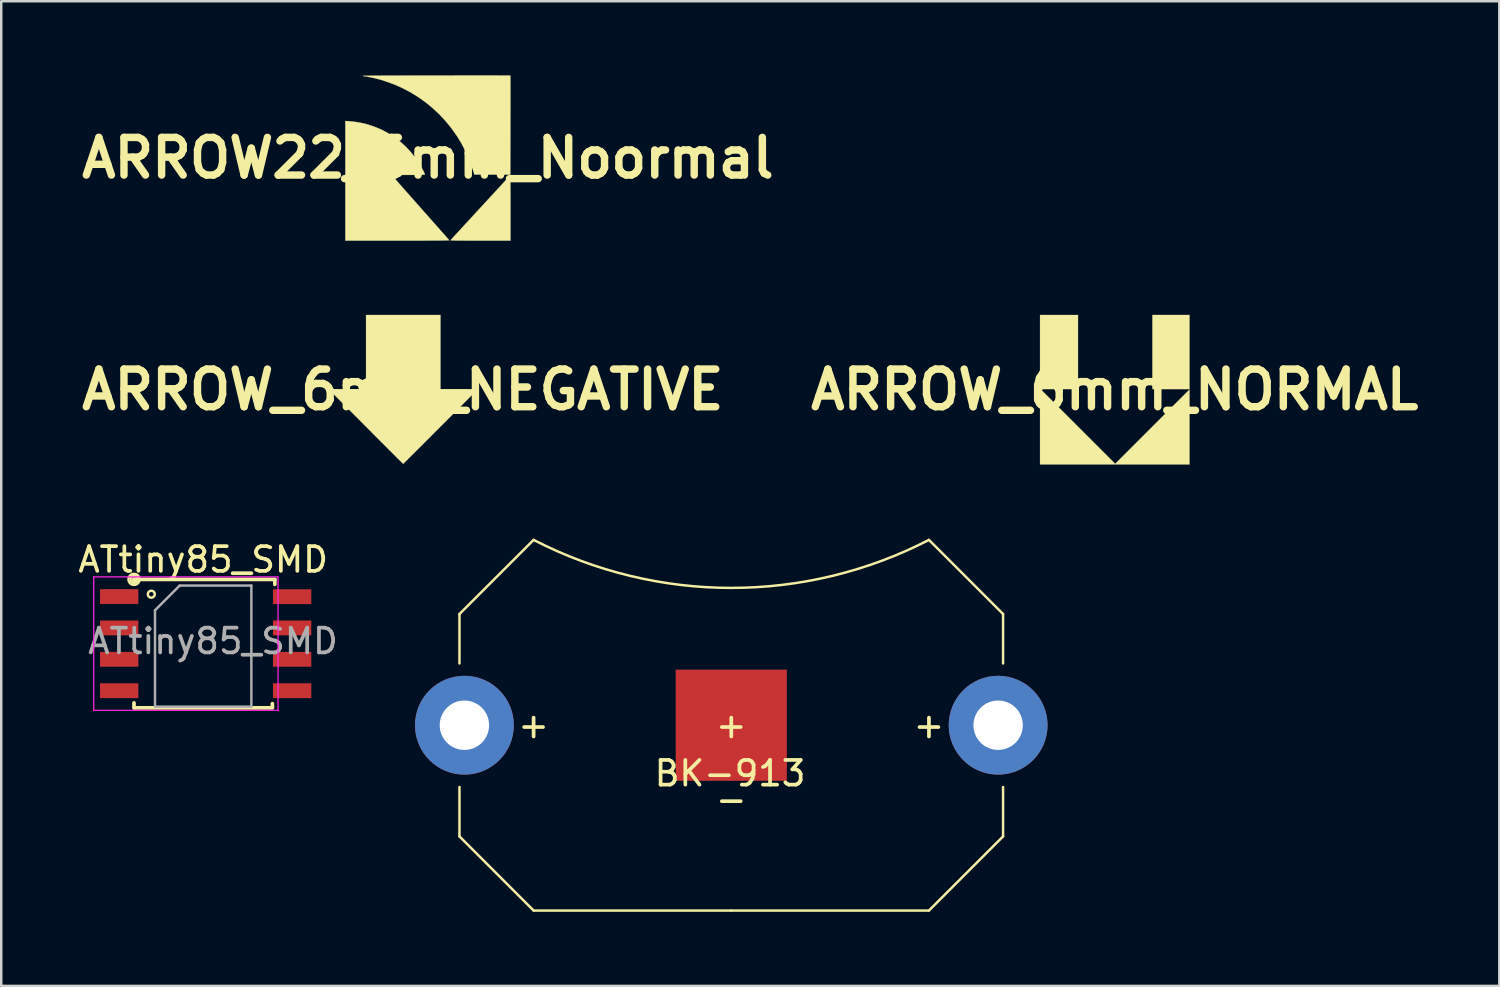
<source format=kicad_pcb>
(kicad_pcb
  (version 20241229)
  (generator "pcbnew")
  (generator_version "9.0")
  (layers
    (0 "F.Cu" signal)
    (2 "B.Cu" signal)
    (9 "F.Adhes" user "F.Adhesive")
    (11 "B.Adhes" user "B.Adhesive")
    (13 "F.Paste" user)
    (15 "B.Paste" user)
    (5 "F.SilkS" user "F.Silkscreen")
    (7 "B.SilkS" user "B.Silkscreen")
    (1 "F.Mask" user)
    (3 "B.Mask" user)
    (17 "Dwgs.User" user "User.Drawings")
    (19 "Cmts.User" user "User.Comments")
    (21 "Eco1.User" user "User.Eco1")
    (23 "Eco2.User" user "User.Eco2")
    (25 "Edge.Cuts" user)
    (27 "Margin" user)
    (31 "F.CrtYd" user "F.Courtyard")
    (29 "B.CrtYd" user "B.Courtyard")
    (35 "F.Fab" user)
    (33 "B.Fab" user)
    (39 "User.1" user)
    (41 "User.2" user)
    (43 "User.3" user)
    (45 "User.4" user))
  (footprint "ARROW_6mm_NORMAL"
    (layer "F.Cu")
    (at 42.065 12.721)
    (property "Reference" "ARROW_6mm_NORMAL" (at 0 0 0) (layer "F.SilkS") (effects (font (size 1.524 1.524) (thickness 0.3))))
    (attr through_hole)
    (fp_poly (pts (xy 3.024 -0.024) (xy 1.524 -0.024) (xy 1.524 -3.024) (xy 3.024 -3.024) (xy 3.024 -0.024)) (stroke (width 0.01) (type solid)) (fill yes) (layer "F.SilkS"))
    (fp_poly (pts (xy -1.488 -0.024) (xy -3.006 -0.024) (xy -1.494 1.488) (xy 0.018 3) (xy 1.521 1.497) (xy 3.024 -0.006) (xy 3.024 3.024) (xy -3.024 3.024) (xy -3.024 -3.024) (xy -1.488 -3.024) (xy -1.488 -0.024)) (stroke (width 0.01) (type solid)) (fill yes) (layer "F.SilkS")))
  (footprint "BK-913"
    (layer "F.Cu")
    (at 26.545 26.3)
    (property "Reference" "BK-913" (at -0.05 1.95 0) (layer "F.SilkS") (effects (font (size 1 1) (thickness 0.15))))
    (attr through_hole)
    (fp_line (start -11 -4.5) (end -11 -2.5) (stroke (width 0.1) (type solid)) (layer "F.SilkS"))
    (fp_line (start -11 4.5) (end -11 2.5) (stroke (width 0.1) (type solid)) (layer "F.SilkS"))
    (fp_line (start -8 -7.5) (end -11 -4.5) (stroke (width 0.1) (type solid)) (layer "F.SilkS"))
    (fp_line (start -8 7.5) (end -11 4.5) (stroke (width 0.1) (type solid)) (layer "F.SilkS"))
    (fp_line (start -8 7.5) (end 0 7.5) (stroke (width 0.1) (type solid)) (layer "F.SilkS"))
    (fp_line (start 0 7.5) (end 8 7.5) (stroke (width 0.1) (type solid)) (layer "F.SilkS"))
    (fp_line (start 8 -7.5) (end 11 -4.5) (stroke (width 0.1) (type solid)) (layer "F.SilkS"))
    (fp_line (start 8 7.5) (end 11 4.5) (stroke (width 0.1) (type solid)) (layer "F.SilkS"))
    (fp_line (start 11 -4.5) (end 11 -2.5) (stroke (width 0.1) (type solid)) (layer "F.SilkS"))
    (fp_line (start 11 4.5) (end 11 2.5) (stroke (width 0.1) (type solid)) (layer "F.SilkS"))
    (fp_arc (start 7.999999 -7.500001) (mid 0 -5.557238) (end -7.999999 -7.500001) (stroke (width 0.1) (type solid)) (layer "F.SilkS"))
    (fp_text user "-" (at 0 3 0) (layer "F.SilkS") (effects (font (size 1 1) (thickness 0.15))))
    (fp_text user "+" (at 0 0 0) (layer "F.SilkS") (effects (font (size 1 1) (thickness 0.15))))
    (fp_text user "+" (at 8 0 0) (layer "F.SilkS") (effects (font (size 1 1) (thickness 0.15))))
    (fp_text user "+" (at -8 0 0) (layer "F.SilkS") (effects (font (size 1 1) (thickness 0.15))))
    (pad "1" smd rect (at 0 0) (size 4.5 4.5) (layers "F.Cu" "F.Mask" "F.Paste"))
    (pad "2" thru_hole circle (at -10.8 0) (size 4 4) (drill 2) (layers "*.Cu" "*.Mask"))
    (pad "2" thru_hole circle (at 10.8 0) (size 4 4) (drill 2) (layers "*.Cu" "*.Mask")))
  (footprint "ARROW_6mm_NEGATIVE"
    (layer "F.Cu")
    (at 13.252 12.721)
    (property "Reference" "ARROW_6mm_NEGATIVE" (at 0 0 0) (layer "F.SilkS") (effects (font (size 1.524 1.524) (thickness 0.3))))
    (attr through_hole)
    (fp_poly (pts (xy 1.524 -0.024) (xy 2.275 -0.024) (xy 2.424 -0.024) (xy 2.56 -0.024) (xy 2.681 -0.023) (xy 2.786 -0.022) (xy 2.874 -0.02) (xy 2.942 -0.019) (xy 2.991 -0.017) (xy 3.017 -0.015) (xy 3.022 -0.013) (xy 3.013 -0.003) (xy 2.988 0.023) (xy 2.948 0.063) (xy 2.894 0.118) (xy 2.827 0.186) (xy 2.749 0.265) (xy 2.66 0.355) (xy 2.561 0.455) (xy 2.453 0.563) (xy 2.338 0.679) (xy 2.216 0.801) (xy 2.089 0.929) (xy 1.957 1.061) (xy 1.822 1.197) (xy 1.685 1.334) (xy 1.546 1.473) (xy 1.407 1.612) (xy 1.269 1.75) (xy 1.133 1.887) (xy 1 2.02) (xy 0.871 2.149) (xy 0.747 2.273) (xy 0.629 2.391) (xy 0.518 2.501) (xy 0.415 2.603) (xy 0.322 2.696) (xy 0.239 2.779) (xy 0.168 2.85) (xy 0.109 2.908) (xy 0.063 2.953) (xy 0.032 2.983) (xy 0.016 2.998) (xy 0.015 2.999) (xy 0.006 2.991) (xy -0.02 2.966) (xy -0.061 2.926) (xy -0.116 2.871) (xy -0.185 2.803) (xy -0.267 2.721) (xy -0.36 2.628) (xy -0.464 2.524) (xy -0.579 2.409) (xy -0.703 2.285) (xy -0.835 2.153) (xy -0.975 2.013) (xy -1.121 1.866) (xy -1.273 1.713) (xy -1.43 1.555) (xy -1.498 1.487) (xy -3.002 -0.024) (xy -1.488 -0.024) (xy -1.488 -3.024) (xy 1.524 -3.024) (xy 1.524 -0.024)) (stroke (width 0.01) (type solid)) (fill yes) (layer "F.SilkS")))
  (footprint "ARROW22_6mm_Noormal"
    (layer "F.Cu")
    (at 14.268 3.345)
    (property "Reference" "ARROW22_6mm_Noormal" (at 0 0 0) (layer "F.SilkS") (effects (font (size 1.524 1.524) (thickness 0.3))))
    (attr through_hole)
    (fp_poly (pts (xy 3.332 0.714) (xy 3.334 0.75) (xy 3.335 0.809) (xy 3.337 0.89) (xy 3.338 0.991) (xy 3.339 1.109) (xy 3.34 1.243) (xy 3.341 1.392) (xy 3.341 1.554) (xy 3.342 1.726) (xy 3.342 1.907) (xy 3.342 2.016) (xy 3.342 3.342) (xy 2.125 3.342) (xy 1.907 3.342) (xy 1.715 3.342) (xy 1.547 3.341) (xy 1.403 3.341) (xy 1.279 3.34) (xy 1.177 3.339) (xy 1.093 3.338) (xy 1.027 3.336) (xy 0.978 3.334) (xy 0.944 3.332) (xy 0.924 3.33) (xy 0.917 3.327) (xy 0.917 3.326) (xy 0.928 3.314) (xy 0.955 3.283) (xy 0.997 3.237) (xy 1.053 3.176) (xy 1.12 3.102) (xy 1.198 3.018) (xy 1.284 2.924) (xy 1.377 2.823) (xy 1.476 2.716) (xy 1.483 2.708) (xy 1.56 2.625) (xy 1.647 2.531) (xy 1.742 2.427) (xy 1.845 2.316) (xy 1.954 2.197) (xy 2.067 2.074) (xy 2.184 1.948) (xy 2.302 1.82) (xy 2.42 1.691) (xy 2.538 1.564) (xy 2.652 1.44) (xy 2.762 1.32) (xy 2.867 1.207) (xy 2.965 1.101) (xy 3.054 1.004) (xy 3.133 0.918) (xy 3.201 0.844) (xy 3.256 0.784) (xy 3.298 0.739) (xy 3.323 0.711) (xy 3.331 0.703) (xy 3.332 0.714)) (stroke (width 0.01) (type solid)) (fill yes) (layer "F.SilkS"))
    (fp_poly (pts (xy -3.212 -1.491) (xy -2.992 -1.47) (xy -2.767 -1.435) (xy -2.549 -1.388) (xy -2.473 -1.368) (xy -2.179 -1.273) (xy -1.895 -1.155) (xy -1.625 -1.014) (xy -1.368 -0.851) (xy -1.126 -0.667) (xy -0.9 -0.463) (xy -0.691 -0.239) (xy -0.5 0.002) (xy -0.328 0.261) (xy -0.202 0.487) (xy -0.172 0.547) (xy -0.147 0.599) (xy -0.129 0.639) (xy -0.121 0.662) (xy -0.12 0.664) (xy -0.124 0.668) (xy -0.138 0.671) (xy -0.163 0.674) (xy -0.202 0.677) (xy -0.256 0.679) (xy -0.327 0.681) (xy -0.418 0.682) (xy -0.53 0.683) (xy -0.665 0.684) (xy -0.795 0.685) (xy -1.471 0.688) (xy -0.921 1.31) (xy -0.738 1.517) (xy -0.572 1.704) (xy -0.422 1.874) (xy -0.286 2.027) (xy -0.165 2.165) (xy -0.055 2.288) (xy 0.042 2.398) (xy 0.128 2.495) (xy 0.205 2.582) (xy 0.273 2.659) (xy 0.333 2.727) (xy 0.387 2.787) (xy 0.434 2.841) (xy 0.477 2.889) (xy 0.516 2.933) (xy 0.553 2.974) (xy 0.587 3.013) (xy 0.621 3.051) (xy 0.636 3.068) (xy 0.696 3.136) (xy 0.751 3.198) (xy 0.797 3.251) (xy 0.832 3.292) (xy 0.854 3.318) (xy 0.86 3.325) (xy 0.857 3.328) (xy 0.844 3.33) (xy 0.819 3.332) (xy 0.782 3.333) (xy 0.731 3.335) (xy 0.667 3.336) (xy 0.587 3.337) (xy 0.49 3.338) (xy 0.376 3.339) (xy 0.243 3.34) (xy 0.091 3.341) (xy -0.082 3.341) (xy -0.277 3.342) (xy -0.495 3.342) (xy -0.736 3.342) (xy -1.002 3.342) (xy -1.236 3.342) (xy -3.342 3.342) (xy -3.342 -1.499) (xy -3.212 -1.491)) (stroke (width 0.01) (type solid)) (fill yes) (layer "F.SilkS"))
    (fp_poly (pts (xy 2.293 -3.34) (xy 2.486 -3.34) (xy 2.663 -3.34) (xy 2.822 -3.34) (xy 2.961 -3.339) (xy 3.081 -3.339) (xy 3.179 -3.339) (xy 3.255 -3.339) (xy 3.307 -3.338) (xy 3.334 -3.338) (xy 3.338 -3.338) (xy 3.338 -3.324) (xy 3.339 -3.285) (xy 3.339 -3.222) (xy 3.339 -3.137) (xy 3.34 -3.031) (xy 3.34 -2.906) (xy 3.34 -2.763) (xy 3.34 -2.603) (xy 3.34 -2.428) (xy 3.34 -2.24) (xy 3.34 -2.04) (xy 3.34 -1.829) (xy 3.339 -1.608) (xy 3.339 -1.381) (xy 3.339 -1.329) (xy 3.335 0.675) (xy 2.605 0.672) (xy 1.874 0.668) (xy 1.866 0.632) (xy 1.851 0.578) (xy 1.828 0.505) (xy 1.8 0.419) (xy 1.768 0.326) (xy 1.735 0.231) (xy 1.701 0.141) (xy 1.677 0.078) (xy 1.526 -0.267) (xy 1.353 -0.599) (xy 1.157 -0.917) (xy 0.94 -1.221) (xy 0.703 -1.51) (xy 0.448 -1.781) (xy 0.175 -2.035) (xy -0.115 -2.27) (xy -0.421 -2.485) (xy -0.741 -2.679) (xy -1.074 -2.851) (xy -1.352 -2.972) (xy -1.432 -3.003) (xy -1.523 -3.037) (xy -1.619 -3.072) (xy -1.716 -3.105) (xy -1.806 -3.135) (xy -1.884 -3.16) (xy -1.945 -3.177) (xy -1.958 -3.181) (xy -2.01 -3.193) (xy -2.062 -3.207) (xy -2.065 -3.208) (xy -2.134 -3.225) (xy -2.22 -3.244) (xy -2.317 -3.264) (xy -2.415 -3.283) (xy -2.508 -3.3) (xy -2.586 -3.313) (xy -2.614 -3.317) (xy -2.626 -3.319) (xy -2.631 -3.321) (xy -2.628 -3.323) (xy -2.616 -3.325) (xy -2.595 -3.326) (xy -2.562 -3.327) (xy -2.518 -3.329) (xy -2.461 -3.33) (xy -2.391 -3.331) (xy -2.306 -3.332) (xy -2.206 -3.333) (xy -2.09 -3.333) (xy -1.956 -3.334) (xy -1.804 -3.335) (xy -1.633 -3.335) (xy -1.442 -3.336) (xy -1.231 -3.337) (xy -0.997 -3.337) (xy -0.741 -3.337) (xy -0.461 -3.338) (xy -0.156 -3.338) (xy 0.174 -3.339) (xy 0.293 -3.339) (xy 0.576 -3.339) (xy 0.852 -3.339) (xy 1.12 -3.34) (xy 1.378 -3.34) (xy 1.626 -3.34) (xy 1.862 -3.34) (xy 2.085 -3.34) (xy 2.293 -3.34)) (stroke (width 0.01) (type solid)) (fill yes) (layer "F.SilkS")))
  (footprint "ATtiny85_SMD"
    (layer "F.Cu")
    (at 5.173 22.998)
    (property "Reference" "ATtiny85_SMD" (at 0 -3.4 0) (layer "F.SilkS") (effects (font (size 1 1) (thickness 0.15))))
    (attr smd)
    (fp_line (start -2.8 -2.6) (end -2.8 -2.5) (stroke (width 0.15) (type solid)) (layer "F.SilkS"))
    (fp_line (start -2.8 -2.6) (end 2.9 -2.6) (stroke (width 0.15) (type solid)) (layer "F.SilkS"))
    (fp_line (start -2.8 2.6) (end -2.8 2.4) (stroke (width 0.15) (type solid)) (layer "F.SilkS"))
    (fp_line (start -2.775 2.6) (end 2.8 2.6) (stroke (width 0.15) (type solid)) (layer "F.SilkS"))
    (fp_line (start 2.8 2.575) (end 2.8 2.43) (stroke (width 0.15) (type solid)) (layer "F.SilkS"))
    (fp_line (start 2.9 -2.6) (end 2.9 -2.4) (stroke (width 0.15) (type solid)) (layer "F.SilkS"))
    (fp_circle (center -2.8 -2.6) (end -2.7 -2.5) (stroke (width 0.1) (type solid)) (fill no) (layer "F.SilkS"))
    (fp_circle (center -2.8 -2.6) (end -2.6 -2.5) (stroke (width 0.1) (type solid)) (fill no) (layer "F.SilkS"))
    (fp_circle (center -2.1 -2) (end -2 -1.9) (stroke (width 0.1) (type solid)) (fill no) (layer "F.SilkS"))
    (fp_line (start -4.43 -2.7) (end -4.43 2.7) (stroke (width 0.05) (type solid)) (layer "F.CrtYd"))
    (fp_line (start -4.43 -2.7) (end 3.03 -2.7) (stroke (width 0.05) (type solid)) (layer "F.CrtYd"))
    (fp_line (start -4.43 2.7) (end 3.03 2.7) (stroke (width 0.05) (type solid)) (layer "F.CrtYd"))
    (fp_line (start 3.03 -2.7) (end 3.03 2.7) (stroke (width 0.05) (type solid)) (layer "F.CrtYd"))
    (fp_line (start -1.95 -1.35) (end -0.95 -2.35) (stroke (width 0.1) (type solid)) (layer "F.Fab"))
    (fp_line (start -1.95 2.55) (end -1.95 -1.35) (stroke (width 0.1) (type solid)) (layer "F.Fab"))
    (fp_line (start -0.95 -2.35) (end 1.95 -2.35) (stroke (width 0.1) (type solid)) (layer "F.Fab"))
    (fp_line (start 1.95 -2.35) (end 1.95 2.55) (stroke (width 0.1) (type solid)) (layer "F.Fab"))
    (fp_line (start 1.95 2.55) (end -1.95 2.55) (stroke (width 0.1) (type solid)) (layer "F.Fab"))
    (fp_text user "${REFERENCE}" (at 0.4 -0.1 0) (layer "F.Fab") (effects (font (size 1 1) (thickness 0.15))))
    (pad "1" smd rect (at -3.4 -1.905) (size 1.55 0.6) (layers "F.Cu" "F.Mask" "F.Paste"))
    (pad "2" smd rect (at -3.4 -0.635) (size 1.55 0.6) (layers "F.Cu" "F.Mask" "F.Paste"))
    (pad "3" smd rect (at -3.4 0.635) (size 1.55 0.6) (layers "F.Cu" "F.Mask" "F.Paste"))
    (pad "4" smd rect (at -3.4 1.905) (size 1.55 0.6) (layers "F.Cu" "F.Mask" "F.Paste"))
    (pad "5" smd rect (at 3.6 1.905) (size 1.55 0.6) (layers "F.Cu" "F.Mask" "F.Paste"))
    (pad "6" smd rect (at 3.6 0.635) (size 1.55 0.6) (layers "F.Cu" "F.Mask" "F.Paste"))
    (pad "7" smd rect (at 3.6 -0.635) (size 1.55 0.6) (layers "F.Cu" "F.Mask" "F.Paste"))
    (pad "8" smd rect (at 3.6 -1.9) (size 1.55 0.6) (layers "F.Cu" "F.Mask" "F.Paste")))
  (gr_rect
    (start -3 -3)
    (end 57.628 36.85)
    (stroke (width 0.1) (type default))
    (fill no)
    (layer "Edge.Cuts")))
</source>
